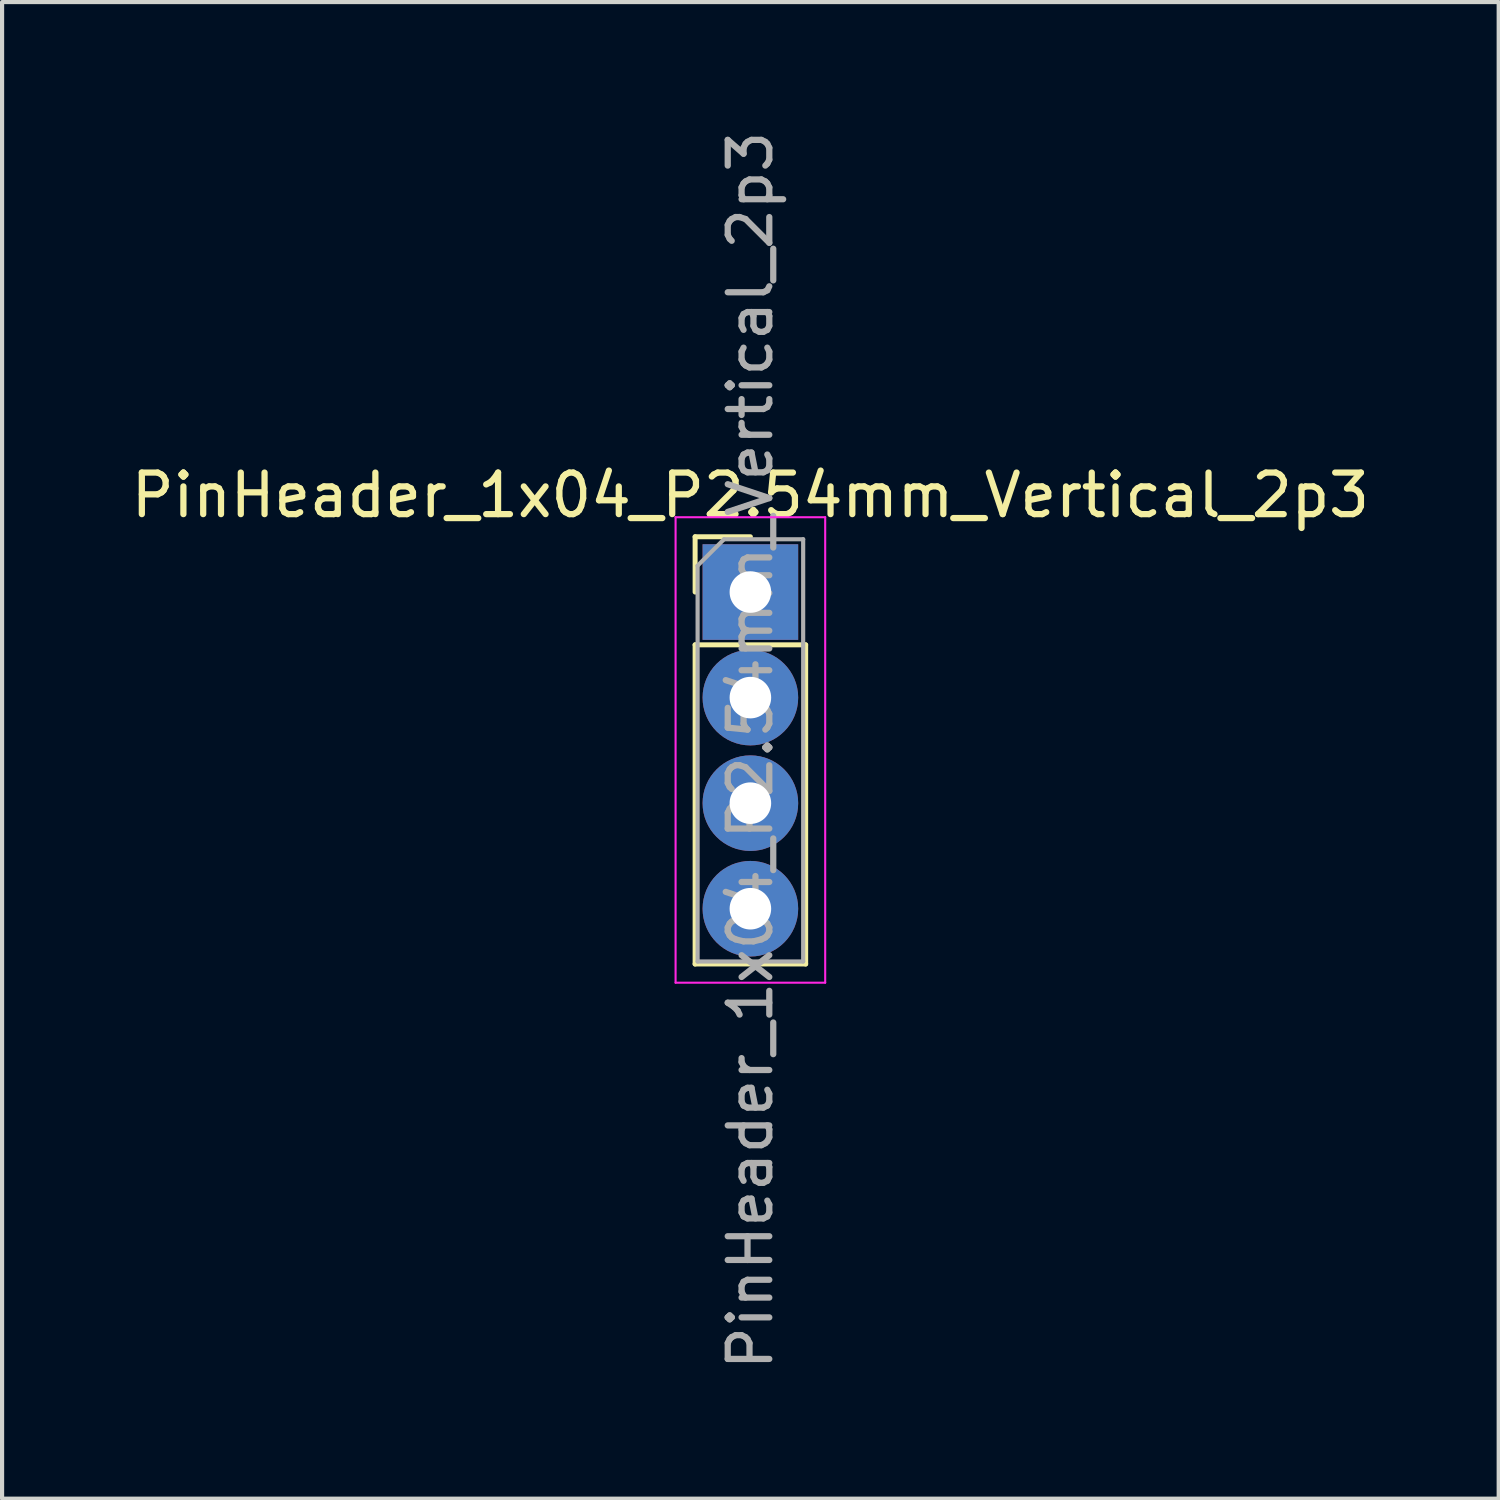
<source format=kicad_pcb>
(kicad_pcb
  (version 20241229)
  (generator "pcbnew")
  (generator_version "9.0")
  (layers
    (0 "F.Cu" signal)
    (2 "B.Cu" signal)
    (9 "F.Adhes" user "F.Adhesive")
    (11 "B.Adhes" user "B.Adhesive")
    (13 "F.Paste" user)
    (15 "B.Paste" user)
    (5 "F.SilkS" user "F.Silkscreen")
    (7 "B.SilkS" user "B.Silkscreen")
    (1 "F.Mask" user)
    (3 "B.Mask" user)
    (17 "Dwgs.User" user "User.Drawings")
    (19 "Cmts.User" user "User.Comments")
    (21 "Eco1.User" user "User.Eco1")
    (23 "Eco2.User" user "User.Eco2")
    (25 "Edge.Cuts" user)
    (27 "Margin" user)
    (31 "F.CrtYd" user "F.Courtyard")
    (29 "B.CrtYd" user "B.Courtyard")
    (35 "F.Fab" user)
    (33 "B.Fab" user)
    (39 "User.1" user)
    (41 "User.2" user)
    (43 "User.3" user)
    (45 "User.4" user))
  (footprint "PinHeader_1x04_P2.54mm_Vertical_2p3"
    (layer "F.Cu")
    (at 15.006 11.196)
    (property "Reference" "PinHeader_1x04_P2.54mm_Vertical_2p3" (at 0 -2.33 0) (layer "F.SilkS") (effects (font (size 1 1) (thickness 0.15))))
    (attr through_hole)
    (fp_line (start -1.33 -1.33) (end 0 -1.33) (stroke (width 0.12) (type solid)) (layer "F.SilkS"))
    (fp_line (start -1.33 0) (end -1.33 -1.33) (stroke (width 0.12) (type solid)) (layer "F.SilkS"))
    (fp_line (start -1.33 1.27) (end -1.33 8.95) (stroke (width 0.12) (type solid)) (layer "F.SilkS"))
    (fp_line (start -1.33 1.27) (end 1.33 1.27) (stroke (width 0.12) (type solid)) (layer "F.SilkS"))
    (fp_line (start -1.33 8.95) (end 1.33 8.95) (stroke (width 0.12) (type solid)) (layer "F.SilkS"))
    (fp_line (start 1.33 1.27) (end 1.33 8.95) (stroke (width 0.12) (type solid)) (layer "F.SilkS"))
    (fp_line (start -1.8 -1.8) (end -1.8 9.4) (stroke (width 0.05) (type solid)) (layer "F.CrtYd"))
    (fp_line (start -1.8 9.4) (end 1.8 9.4) (stroke (width 0.05) (type solid)) (layer "F.CrtYd"))
    (fp_line (start 1.8 -1.8) (end -1.8 -1.8) (stroke (width 0.05) (type solid)) (layer "F.CrtYd"))
    (fp_line (start 1.8 9.4) (end 1.8 -1.8) (stroke (width 0.05) (type solid)) (layer "F.CrtYd"))
    (fp_line (start -1.27 -0.635) (end -0.635 -1.27) (stroke (width 0.1) (type solid)) (layer "F.Fab"))
    (fp_line (start -1.27 8.89) (end -1.27 -0.635) (stroke (width 0.1) (type solid)) (layer "F.Fab"))
    (fp_line (start -0.635 -1.27) (end 1.27 -1.27) (stroke (width 0.1) (type solid)) (layer "F.Fab"))
    (fp_line (start 1.27 -1.27) (end 1.27 8.89) (stroke (width 0.1) (type solid)) (layer "F.Fab"))
    (fp_line (start 1.27 8.89) (end -1.27 8.89) (stroke (width 0.1) (type solid)) (layer "F.Fab"))
    (fp_text user "${REFERENCE}" (at 0 3.81 90) (layer "F.Fab") (effects (font (size 1 1) (thickness 0.15))))
    (pad "1" thru_hole rect (at 0 0) (size 2.3 2.3) (drill 1) (layers "*.Cu" "*.Mask"))
    (pad "2" thru_hole oval (at 0 2.54) (size 2.3 2.3) (drill 1) (layers "*.Cu" "*.Mask"))
    (pad "3" thru_hole oval (at 0 5.08) (size 2.3 2.3) (drill 1) (layers "*.Cu" "*.Mask"))
    (pad "4" thru_hole oval (at 0 7.62) (size 2.3 2.3) (drill 1) (layers "*.Cu" "*.Mask")))
  (gr_rect
    (start -3 -3)
    (end 33.012 33.012)
    (stroke (width 0.1) (type default))
    (fill no)
    (layer "Edge.Cuts")))
</source>
